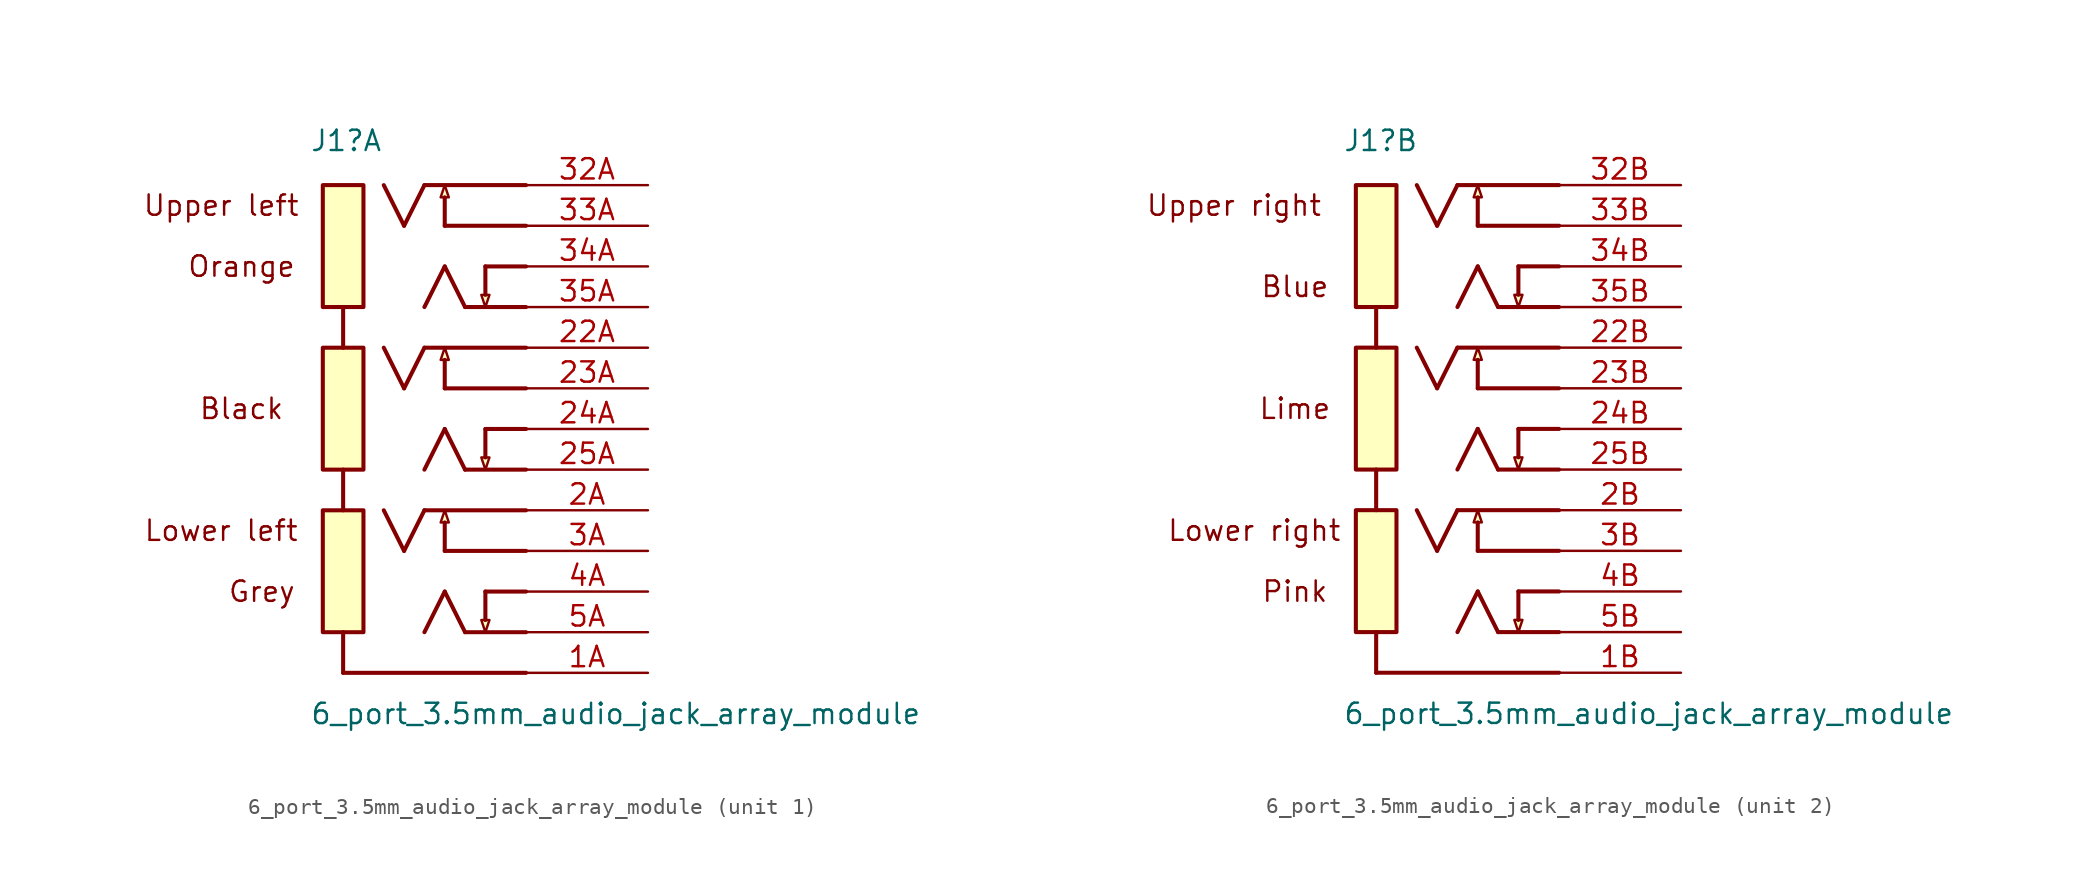
<source format=kicad_sym>
(kicad_symbol_lib
  (version 20211014)
  (generator kicad_symbol_editor)
  (symbol "6_port_3.5mm_audio_jack_array_module"
    (property "Reference" "J1"
      (at -21.135 2.032 0)
      (effects (font (size 1.27 1.27)) (justify left bottom)))
    (property "Value" "6_port_3.5mm_audio_jack_array_module"
      (at -21.135 -33.782 0)
      (effects (font (size 1.27 1.27)) (justify left bottom)))
    (property "ki_locked" ""
      (at 0 0 0)
      (effects (font (size 1.27 1.27))))
    (symbol "6_port_3.5mm_audio_jack_array_module_1_0"
      (rectangle (start -17.78 -20.32) (end -20.32 -27.94) (stroke (width 0.254) (type default) (color 0 0 0 0)) (fill (type background)))
      (rectangle (start -17.78 -10.16) (end -20.32 -17.78) (stroke (width 0.254) (type default) (color 0 0 0 0)) (fill (type background)))
      (rectangle (start -17.78 0) (end -20.32 -7.62) (stroke (width 0.254) (type default) (color 0 0 0 0)) (fill (type background)))
      (polyline (pts (xy -19.05 -27.94) (xy -19.05 -30.48)) (stroke (width 0.254) (type default) (color 0 0 0 0)) (fill (type none)))
      (polyline (pts (xy -19.05 -20.32) (xy -19.05 -17.78)) (stroke (width 0.254) (type default) (color 0 0 0 0)) (fill (type none)))
      (polyline (pts (xy -19.05 -7.62) (xy -19.05 -10.16)) (stroke (width 0.254) (type default) (color 0 0 0 0)) (fill (type none)))
      (polyline (pts (xy -15.24 -22.86) (xy -16.51 -20.32)) (stroke (width 0.254) (type default) (color 0 0 0 0)) (fill (type none)))
      (polyline (pts (xy -15.24 -12.7) (xy -16.51 -10.16)) (stroke (width 0.254) (type default) (color 0 0 0 0)) (fill (type none)))
      (polyline (pts (xy -15.24 -2.54) (xy -16.51 0)) (stroke (width 0.254) (type default) (color 0 0 0 0)) (fill (type none)))
      (polyline (pts (xy -13.97 -20.32) (xy -15.24 -22.86)) (stroke (width 0.254) (type default) (color 0 0 0 0)) (fill (type none)))
      (polyline (pts (xy -13.97 -10.16) (xy -15.24 -12.7)) (stroke (width 0.254) (type default) (color 0 0 0 0)) (fill (type none)))
      (polyline (pts (xy -13.97 0) (xy -15.24 -2.54)) (stroke (width 0.254) (type default) (color 0 0 0 0)) (fill (type none)))
      (polyline (pts (xy -12.7 -25.4) (xy -13.97 -27.94)) (stroke (width 0.254) (type default) (color 0 0 0 0)) (fill (type none)))
      (polyline (pts (xy -12.7 -22.86) (xy -12.7 -21.082)) (stroke (width 0.254) (type default) (color 0 0 0 0)) (fill (type none)))
      (polyline (pts (xy -12.7 -15.24) (xy -13.97 -17.78)) (stroke (width 0.254) (type default) (color 0 0 0 0)) (fill (type none)))
      (polyline (pts (xy -12.7 -12.7) (xy -12.7 -10.922)) (stroke (width 0.254) (type default) (color 0 0 0 0)) (fill (type none)))
      (polyline (pts (xy -12.7 -5.08) (xy -13.97 -7.62)) (stroke (width 0.254) (type default) (color 0 0 0 0)) (fill (type none)))
      (polyline (pts (xy -12.7 -2.54) (xy -12.7 -0.762)) (stroke (width 0.254) (type default) (color 0 0 0 0)) (fill (type none)))
      (polyline (pts (xy -11.43 -27.94) (xy -12.7 -25.4)) (stroke (width 0.254) (type default) (color 0 0 0 0)) (fill (type none)))
      (polyline (pts (xy -11.43 -17.78) (xy -12.7 -15.24)) (stroke (width 0.254) (type default) (color 0 0 0 0)) (fill (type none)))
      (polyline (pts (xy -11.43 -7.62) (xy -12.7 -5.08)) (stroke (width 0.254) (type default) (color 0 0 0 0)) (fill (type none)))
      (polyline (pts (xy -10.16 -25.4) (xy -10.16 -27.178)) (stroke (width 0.254) (type default) (color 0 0 0 0)) (fill (type none)))
      (polyline (pts (xy -10.16 -15.24) (xy -10.16 -17.018)) (stroke (width 0.254) (type default) (color 0 0 0 0)) (fill (type none)))
      (polyline (pts (xy -10.16 -5.08) (xy -10.16 -6.858)) (stroke (width 0.254) (type default) (color 0 0 0 0)) (fill (type none)))
      (polyline (pts (xy -7.62 -30.48) (xy -19.05 -30.48)) (stroke (width 0.254) (type default) (color 0 0 0 0)) (fill (type none)))
      (polyline (pts (xy -7.62 -27.94) (xy -11.43 -27.94)) (stroke (width 0.254) (type default) (color 0 0 0 0)) (fill (type none)))
      (polyline (pts (xy -7.62 -25.4) (xy -10.16 -25.4)) (stroke (width 0.254) (type default) (color 0 0 0 0)) (fill (type none)))
      (polyline (pts (xy -7.62 -22.86) (xy -12.7 -22.86)) (stroke (width 0.254) (type default) (color 0 0 0 0)) (fill (type none)))
      (polyline (pts (xy -7.62 -20.32) (xy -13.97 -20.32)) (stroke (width 0.254) (type default) (color 0 0 0 0)) (fill (type none)))
      (polyline (pts (xy -7.62 -17.78) (xy -11.43 -17.78)) (stroke (width 0.254) (type default) (color 0 0 0 0)) (fill (type none)))
      (polyline (pts (xy -7.62 -15.24) (xy -10.16 -15.24)) (stroke (width 0.254) (type default) (color 0 0 0 0)) (fill (type none)))
      (polyline (pts (xy -7.62 -12.7) (xy -12.7 -12.7)) (stroke (width 0.254) (type default) (color 0 0 0 0)) (fill (type none)))
      (polyline (pts (xy -7.62 -10.16) (xy -13.97 -10.16)) (stroke (width 0.254) (type default) (color 0 0 0 0)) (fill (type none)))
      (polyline (pts (xy -7.62 -7.62) (xy -11.43 -7.62)) (stroke (width 0.254) (type default) (color 0 0 0 0)) (fill (type none)))
      (polyline (pts (xy -7.62 -5.08) (xy -10.16 -5.08)) (stroke (width 0.254) (type default) (color 0 0 0 0)) (fill (type none)))
      (polyline (pts (xy -7.62 -2.54) (xy -12.7 -2.54)) (stroke (width 0.254) (type default) (color 0 0 0 0)) (fill (type none)))
      (polyline (pts (xy -7.62 0) (xy -13.97 0)) (stroke (width 0.254) (type default) (color 0 0 0 0)) (fill (type none)))
      (polyline (pts (xy -12.7 -20.32) (xy -12.446 -21.082) (xy -12.954 -21.082) (xy -12.7 -20.32)) (stroke (width 0) (type default) (color 0 0 0 0)) (fill (type background)))
      (polyline (pts (xy -12.7 -10.16) (xy -12.446 -10.922) (xy -12.954 -10.922) (xy -12.7 -10.16)) (stroke (width 0) (type default) (color 0 0 0 0)) (fill (type background)))
      (polyline (pts (xy -12.7 0) (xy -12.446 -0.762) (xy -12.954 -0.762) (xy -12.7 0)) (stroke (width 0) (type default) (color 0 0 0 0)) (fill (type background)))
      (polyline (pts (xy -10.16 -27.94) (xy -10.414 -27.178) (xy -9.906 -27.178) (xy -10.16 -27.94)) (stroke (width 0) (type default) (color 0 0 0 0)) (fill (type background)))
      (polyline (pts (xy -10.16 -17.78) (xy -10.414 -17.018) (xy -9.906 -17.018) (xy -10.16 -17.78)) (stroke (width 0) (type default) (color 0 0 0 0)) (fill (type background)))
      (polyline (pts (xy -10.16 -7.62) (xy -10.414 -6.858) (xy -9.906 -6.858) (xy -10.16 -7.62)) (stroke (width 0) (type default) (color 0 0 0 0)) (fill (type background)))
      (text "Black" (at -25.4 -13.97 0) (effects (font (size 1.27 1.27))))
      (text "Grey" (at -24.13 -25.4 0) (effects (font (size 1.27 1.27))))
      (text "Lower left" (at -26.67 -21.59 0) (effects (font (size 1.27 1.27))))
      (text "Orange" (at -25.4 -5.08 0) (effects (font (size 1.27 1.27))))
      (text "Upper left" (at -26.67 -1.27 0) (effects (font (size 1.27 1.27))))
      (pin passive line (at 0 -30.48 180) (length 7.62) (name "1A" (effects (font (size 0 0)))) (number "1A" (effects (font (size 1.27 1.27)))))
      (pin passive line (at 0 -10.16 180) (length 7.62) (name "22A" (effects (font (size 0 0)))) (number "22A" (effects (font (size 1.27 1.27)))))
      (pin passive line (at 0 -12.7 180) (length 7.62) (name "23A" (effects (font (size 0 0)))) (number "23A" (effects (font (size 1.27 1.27)))))
      (pin passive line (at 0 -15.24 180) (length 7.62) (name "24A" (effects (font (size 0 0)))) (number "24A" (effects (font (size 1.27 1.27)))))
      (pin passive line (at 0 -17.78 180) (length 7.62) (name "25A" (effects (font (size 0 0)))) (number "25A" (effects (font (size 1.27 1.27)))))
      (pin passive line (at 0 -20.32 180) (length 7.62) (name "2A" (effects (font (size 0 0)))) (number "2A" (effects (font (size 1.27 1.27)))))
      (pin passive line (at 0 0 180) (length 7.62) (name "32A" (effects (font (size 0 0)))) (number "32A" (effects (font (size 1.27 1.27)))))
      (pin passive line (at 0 -2.54 180) (length 7.62) (name "33A" (effects (font (size 0 0)))) (number "33A" (effects (font (size 1.27 1.27)))))
      (pin passive line (at 0 -5.08 180) (length 7.62) (name "34A" (effects (font (size 0 0)))) (number "34A" (effects (font (size 1.27 1.27)))))
      (pin passive line (at 0 -7.62 180) (length 7.62) (name "35A" (effects (font (size 0 0)))) (number "35A" (effects (font (size 1.27 1.27)))))
      (pin passive line (at 0 -22.86 180) (length 7.62) (name "3A" (effects (font (size 0 0)))) (number "3A" (effects (font (size 1.27 1.27)))))
      (pin passive line (at 0 -25.4 180) (length 7.62) (name "4A" (effects (font (size 0 0)))) (number "4A" (effects (font (size 1.27 1.27)))))
      (pin passive line (at 0 -27.94 180) (length 7.62) (name "5A" (effects (font (size 0 0)))) (number "5A" (effects (font (size 1.27 1.27))))))
    (symbol "6_port_3.5mm_audio_jack_array_module_2_0"
      (rectangle (start -17.78 -20.32) (end -20.32 -27.94) (stroke (width 0.254) (type default) (color 0 0 0 0)) (fill (type background)))
      (rectangle (start -17.78 -10.16) (end -20.32 -17.78) (stroke (width 0.254) (type default) (color 0 0 0 0)) (fill (type background)))
      (rectangle (start -17.78 0) (end -20.32 -7.62) (stroke (width 0.254) (type default) (color 0 0 0 0)) (fill (type background)))
      (polyline (pts (xy -19.05 -27.94) (xy -19.05 -30.48)) (stroke (width 0.254) (type default) (color 0 0 0 0)) (fill (type none)))
      (polyline (pts (xy -19.05 -20.32) (xy -19.05 -17.78)) (stroke (width 0.254) (type default) (color 0 0 0 0)) (fill (type none)))
      (polyline (pts (xy -19.05 -7.62) (xy -19.05 -10.16)) (stroke (width 0.254) (type default) (color 0 0 0 0)) (fill (type none)))
      (polyline (pts (xy -15.24 -22.86) (xy -16.51 -20.32)) (stroke (width 0.254) (type default) (color 0 0 0 0)) (fill (type none)))
      (polyline (pts (xy -15.24 -12.7) (xy -16.51 -10.16)) (stroke (width 0.254) (type default) (color 0 0 0 0)) (fill (type none)))
      (polyline (pts (xy -15.24 -2.54) (xy -16.51 0)) (stroke (width 0.254) (type default) (color 0 0 0 0)) (fill (type none)))
      (polyline (pts (xy -13.97 -20.32) (xy -15.24 -22.86)) (stroke (width 0.254) (type default) (color 0 0 0 0)) (fill (type none)))
      (polyline (pts (xy -13.97 -10.16) (xy -15.24 -12.7)) (stroke (width 0.254) (type default) (color 0 0 0 0)) (fill (type none)))
      (polyline (pts (xy -13.97 0) (xy -15.24 -2.54)) (stroke (width 0.254) (type default) (color 0 0 0 0)) (fill (type none)))
      (polyline (pts (xy -12.7 -25.4) (xy -13.97 -27.94)) (stroke (width 0.254) (type default) (color 0 0 0 0)) (fill (type none)))
      (polyline (pts (xy -12.7 -22.86) (xy -12.7 -21.082)) (stroke (width 0.254) (type default) (color 0 0 0 0)) (fill (type none)))
      (polyline (pts (xy -12.7 -15.24) (xy -13.97 -17.78)) (stroke (width 0.254) (type default) (color 0 0 0 0)) (fill (type none)))
      (polyline (pts (xy -12.7 -12.7) (xy -12.7 -10.922)) (stroke (width 0.254) (type default) (color 0 0 0 0)) (fill (type none)))
      (polyline (pts (xy -12.7 -5.08) (xy -13.97 -7.62)) (stroke (width 0.254) (type default) (color 0 0 0 0)) (fill (type none)))
      (polyline (pts (xy -12.7 -2.54) (xy -12.7 -0.762)) (stroke (width 0.254) (type default) (color 0 0 0 0)) (fill (type none)))
      (polyline (pts (xy -11.43 -27.94) (xy -12.7 -25.4)) (stroke (width 0.254) (type default) (color 0 0 0 0)) (fill (type none)))
      (polyline (pts (xy -11.43 -17.78) (xy -12.7 -15.24)) (stroke (width 0.254) (type default) (color 0 0 0 0)) (fill (type none)))
      (polyline (pts (xy -11.43 -7.62) (xy -12.7 -5.08)) (stroke (width 0.254) (type default) (color 0 0 0 0)) (fill (type none)))
      (polyline (pts (xy -10.16 -25.4) (xy -10.16 -27.178)) (stroke (width 0.254) (type default) (color 0 0 0 0)) (fill (type none)))
      (polyline (pts (xy -10.16 -15.24) (xy -10.16 -17.018)) (stroke (width 0.254) (type default) (color 0 0 0 0)) (fill (type none)))
      (polyline (pts (xy -10.16 -5.08) (xy -10.16 -6.858)) (stroke (width 0.254) (type default) (color 0 0 0 0)) (fill (type none)))
      (polyline (pts (xy -7.62 -30.48) (xy -19.05 -30.48)) (stroke (width 0.254) (type default) (color 0 0 0 0)) (fill (type none)))
      (polyline (pts (xy -7.62 -27.94) (xy -11.43 -27.94)) (stroke (width 0.254) (type default) (color 0 0 0 0)) (fill (type none)))
      (polyline (pts (xy -7.62 -25.4) (xy -10.16 -25.4)) (stroke (width 0.254) (type default) (color 0 0 0 0)) (fill (type none)))
      (polyline (pts (xy -7.62 -22.86) (xy -12.7 -22.86)) (stroke (width 0.254) (type default) (color 0 0 0 0)) (fill (type none)))
      (polyline (pts (xy -7.62 -20.32) (xy -13.97 -20.32)) (stroke (width 0.254) (type default) (color 0 0 0 0)) (fill (type none)))
      (polyline (pts (xy -7.62 -17.78) (xy -11.43 -17.78)) (stroke (width 0.254) (type default) (color 0 0 0 0)) (fill (type none)))
      (polyline (pts (xy -7.62 -15.24) (xy -10.16 -15.24)) (stroke (width 0.254) (type default) (color 0 0 0 0)) (fill (type none)))
      (polyline (pts (xy -7.62 -12.7) (xy -12.7 -12.7)) (stroke (width 0.254) (type default) (color 0 0 0 0)) (fill (type none)))
      (polyline (pts (xy -7.62 -10.16) (xy -13.97 -10.16)) (stroke (width 0.254) (type default) (color 0 0 0 0)) (fill (type none)))
      (polyline (pts (xy -7.62 -7.62) (xy -11.43 -7.62)) (stroke (width 0.254) (type default) (color 0 0 0 0)) (fill (type none)))
      (polyline (pts (xy -7.62 -5.08) (xy -10.16 -5.08)) (stroke (width 0.254) (type default) (color 0 0 0 0)) (fill (type none)))
      (polyline (pts (xy -7.62 -2.54) (xy -12.7 -2.54)) (stroke (width 0.254) (type default) (color 0 0 0 0)) (fill (type none)))
      (polyline (pts (xy -7.62 0) (xy -13.97 0)) (stroke (width 0.254) (type default) (color 0 0 0 0)) (fill (type none)))
      (polyline (pts (xy -12.7 -20.32) (xy -12.446 -21.082) (xy -12.954 -21.082) (xy -12.7 -20.32)) (stroke (width 0) (type default) (color 0 0 0 0)) (fill (type background)))
      (polyline (pts (xy -12.7 -10.16) (xy -12.446 -10.922) (xy -12.954 -10.922) (xy -12.7 -10.16)) (stroke (width 0) (type default) (color 0 0 0 0)) (fill (type background)))
      (polyline (pts (xy -12.7 0) (xy -12.446 -0.762) (xy -12.954 -0.762) (xy -12.7 0)) (stroke (width 0) (type default) (color 0 0 0 0)) (fill (type background)))
      (polyline (pts (xy -10.16 -27.94) (xy -10.414 -27.178) (xy -9.906 -27.178) (xy -10.16 -27.94)) (stroke (width 0) (type default) (color 0 0 0 0)) (fill (type background)))
      (polyline (pts (xy -10.16 -17.78) (xy -10.414 -17.018) (xy -9.906 -17.018) (xy -10.16 -17.78)) (stroke (width 0) (type default) (color 0 0 0 0)) (fill (type background)))
      (polyline (pts (xy -10.16 -7.62) (xy -10.414 -6.858) (xy -9.906 -6.858) (xy -10.16 -7.62)) (stroke (width 0) (type default) (color 0 0 0 0)) (fill (type background)))
      (text "Blue" (at -24.13 -6.35 0) (effects (font (size 1.27 1.27))))
      (text "Lime" (at -24.13 -13.97 0) (effects (font (size 1.27 1.27))))
      (text "Pink" (at -24.13 -25.4 0) (effects (font (size 1.27 1.27))))
      (pin passive line (at 0 -30.48 180) (length 7.62) (name "1B" (effects (font (size 0 0)))) (number "1B" (effects (font (size 1.27 1.27)))))
      (pin passive line (at 0 -10.16 180) (length 7.62) (name "22B" (effects (font (size 0 0)))) (number "22B" (effects (font (size 1.27 1.27)))))
      (pin passive line (at 0 -12.7 180) (length 7.62) (name "23B" (effects (font (size 0 0)))) (number "23B" (effects (font (size 1.27 1.27)))))
      (pin passive line (at 0 -15.24 180) (length 7.62) (name "24B" (effects (font (size 0 0)))) (number "24B" (effects (font (size 1.27 1.27)))))
      (pin passive line (at 0 -17.78 180) (length 7.62) (name "25B" (effects (font (size 0 0)))) (number "25B" (effects (font (size 1.27 1.27)))))
      (pin passive line (at 0 -20.32 180) (length 7.62) (name "2B" (effects (font (size 0 0)))) (number "2B" (effects (font (size 1.27 1.27)))))
      (pin passive line (at 0 0 180) (length 7.62) (name "32B" (effects (font (size 0 0)))) (number "32B" (effects (font (size 1.27 1.27)))))
      (pin passive line (at 0 -2.54 180) (length 7.62) (name "33B" (effects (font (size 0 0)))) (number "33B" (effects (font (size 1.27 1.27)))))
      (pin passive line (at 0 -5.08 180) (length 7.62) (name "34B" (effects (font (size 0 0)))) (number "34B" (effects (font (size 1.27 1.27)))))
      (pin passive line (at 0 -7.62 180) (length 7.62) (name "35B" (effects (font (size 0 0)))) (number "35B" (effects (font (size 1.27 1.27)))))
      (pin passive line (at 0 -22.86 180) (length 7.62) (name "3B" (effects (font (size 0 0)))) (number "3B" (effects (font (size 1.27 1.27)))))
      (pin passive line (at 0 -25.4 180) (length 7.62) (name "4B" (effects (font (size 0 0)))) (number "4B" (effects (font (size 1.27 1.27)))))
      (pin passive line (at 0 -27.94 180) (length 7.62) (name "5B" (effects (font (size 0 0)))) (number "5B" (effects (font (size 1.27 1.27))))))
    (symbol "6_port_3.5mm_audio_jack_array_module_2_1"
      (text "Lower right" (at -26.67 -21.59 0) (effects (font (size 1.27 1.27))))
      (text "Upper right" (at -27.94 -1.27 0) (effects (font (size 1.27 1.27)))))))
</source>
